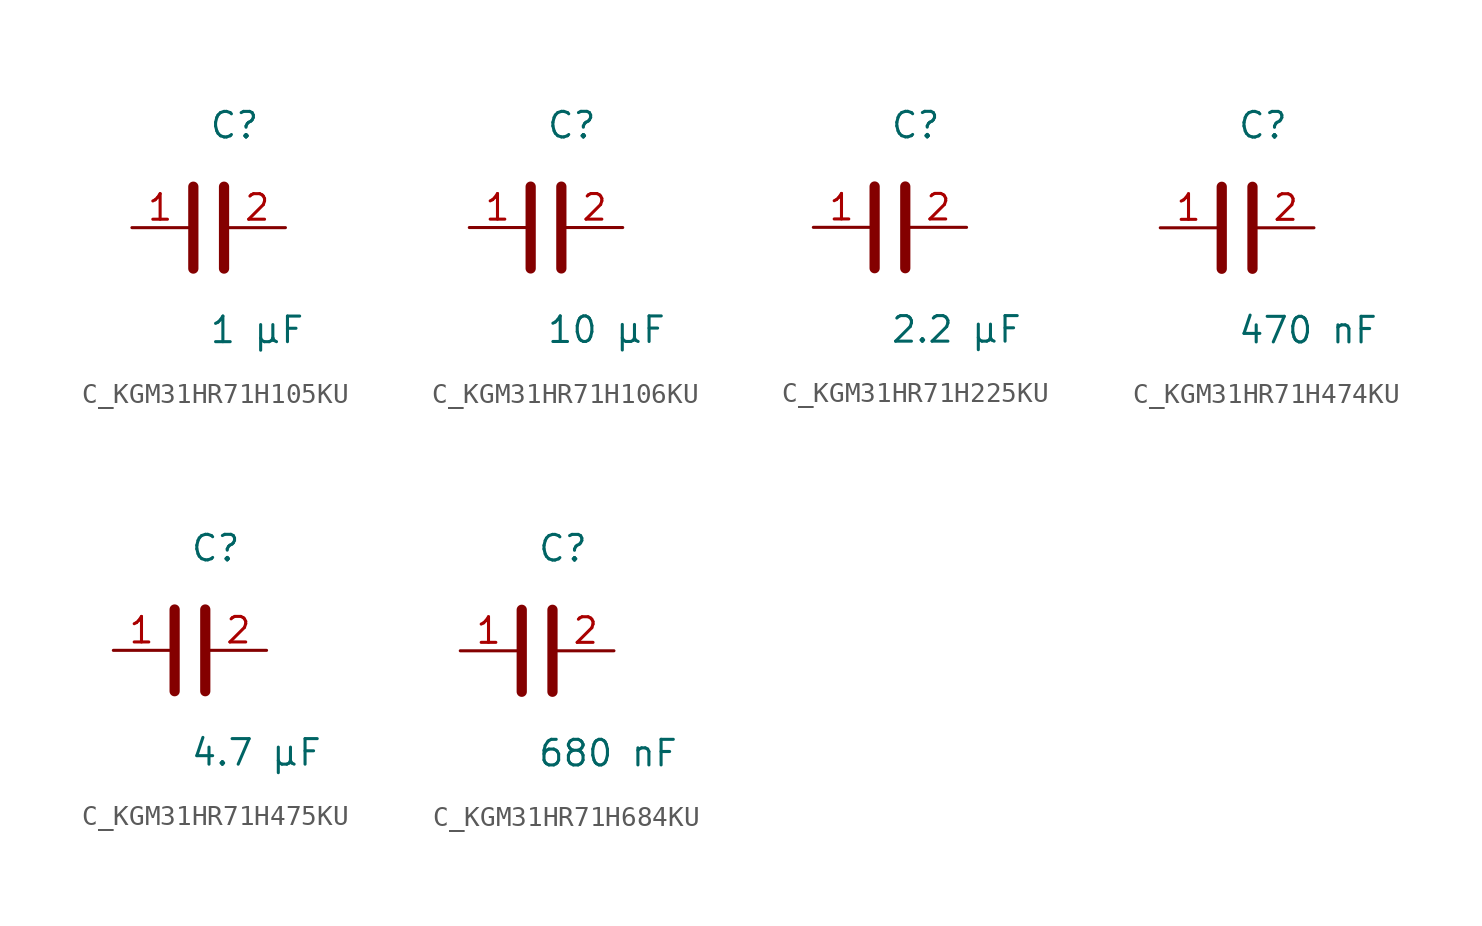
<source format=kicad_sym>
(kicad_symbol_lib
  (version 20231120)
  (generator kicad_symbol_editor)
  (generator_version 8.0)
  (symbol "C_KGM31HR71H105KU"
    (pin_names
      (offset 0.254))
    (property "Reference" "C"
      (at 0 5.08 0)
      (effects (font (size 1.27 1.27)) (justify left)))
    (property "Value" "1 µF"
      (at 0 -5.08 0)
      (effects (font (size 1.27 1.27)) (justify left)))
    (symbol "C_KGM31HR71H105KU_0_1"
      (polyline (pts (xy -0.762 -2.032) (xy -0.762 2.032)) (stroke (width 0.508) (type default)) (fill (type none)))
      (polyline (pts (xy 0.762 -2.032) (xy 0.762 2.032)) (stroke (width 0.508) (type default)) (fill (type none))))
    (pin passive line
      (at -3.81 0 0)
      (length 2.8)
      (name "" (effects (font (size 1.27 1.27))))
      (number "1" (effects (font (size 1.27 1.27)))))
    (pin passive line
      (at 3.81 0 180)
      (length 2.8)
      (name "" (effects (font (size 1.27 1.27))))
      (number "2" (effects (font (size 1.27 1.27))))))
  (symbol "C_KGM31HR71H106KU"
    (pin_names
      (offset 0.254))
    (property "Reference" "C"
      (at 0 5.08 0)
      (effects (font (size 1.27 1.27)) (justify left)))
    (property "Value" "10 µF"
      (at 0 -5.08 0)
      (effects (font (size 1.27 1.27)) (justify left)))
    (symbol "C_KGM31HR71H106KU_0_1"
      (polyline (pts (xy -0.762 -2.032) (xy -0.762 2.032)) (stroke (width 0.508) (type default)) (fill (type none)))
      (polyline (pts (xy 0.762 -2.032) (xy 0.762 2.032)) (stroke (width 0.508) (type default)) (fill (type none))))
    (pin passive line
      (at -3.81 0 0)
      (length 2.8)
      (name "" (effects (font (size 1.27 1.27))))
      (number "1" (effects (font (size 1.27 1.27)))))
    (pin passive line
      (at 3.81 0 180)
      (length 2.8)
      (name "" (effects (font (size 1.27 1.27))))
      (number "2" (effects (font (size 1.27 1.27))))))
  (symbol "C_KGM31HR71H225KU"
    (pin_names
      (offset 0.254))
    (property "Reference" "C"
      (at 0 5.08 0)
      (effects (font (size 1.27 1.27)) (justify left)))
    (property "Value" "2.2 µF"
      (at 0 -5.08 0)
      (effects (font (size 1.27 1.27)) (justify left)))
    (symbol "C_KGM31HR71H225KU_0_1"
      (polyline (pts (xy -0.762 -2.032) (xy -0.762 2.032)) (stroke (width 0.508) (type default)) (fill (type none)))
      (polyline (pts (xy 0.762 -2.032) (xy 0.762 2.032)) (stroke (width 0.508) (type default)) (fill (type none))))
    (pin passive line
      (at -3.81 0 0)
      (length 2.8)
      (name "" (effects (font (size 1.27 1.27))))
      (number "1" (effects (font (size 1.27 1.27)))))
    (pin passive line
      (at 3.81 0 180)
      (length 2.8)
      (name "" (effects (font (size 1.27 1.27))))
      (number "2" (effects (font (size 1.27 1.27))))))
  (symbol "C_KGM31HR71H474KU"
    (pin_names
      (offset 0.254))
    (property "Reference" "C"
      (at 0 5.08 0)
      (effects (font (size 1.27 1.27)) (justify left)))
    (property "Value" "470 nF"
      (at 0 -5.08 0)
      (effects (font (size 1.27 1.27)) (justify left)))
    (symbol "C_KGM31HR71H474KU_0_1"
      (polyline (pts (xy -0.762 -2.032) (xy -0.762 2.032)) (stroke (width 0.508) (type default)) (fill (type none)))
      (polyline (pts (xy 0.762 -2.032) (xy 0.762 2.032)) (stroke (width 0.508) (type default)) (fill (type none))))
    (pin passive line
      (at -3.81 0 0)
      (length 2.8)
      (name "" (effects (font (size 1.27 1.27))))
      (number "1" (effects (font (size 1.27 1.27)))))
    (pin passive line
      (at 3.81 0 180)
      (length 2.8)
      (name "" (effects (font (size 1.27 1.27))))
      (number "2" (effects (font (size 1.27 1.27))))))
  (symbol "C_KGM31HR71H475KU"
    (pin_names
      (offset 0.254))
    (property "Reference" "C"
      (at 0 5.08 0)
      (effects (font (size 1.27 1.27)) (justify left)))
    (property "Value" "4.7 µF"
      (at 0 -5.08 0)
      (effects (font (size 1.27 1.27)) (justify left)))
    (symbol "C_KGM31HR71H475KU_0_1"
      (polyline (pts (xy -0.762 -2.032) (xy -0.762 2.032)) (stroke (width 0.508) (type default)) (fill (type none)))
      (polyline (pts (xy 0.762 -2.032) (xy 0.762 2.032)) (stroke (width 0.508) (type default)) (fill (type none))))
    (pin passive line
      (at -3.81 0 0)
      (length 2.8)
      (name "" (effects (font (size 1.27 1.27))))
      (number "1" (effects (font (size 1.27 1.27)))))
    (pin passive line
      (at 3.81 0 180)
      (length 2.8)
      (name "" (effects (font (size 1.27 1.27))))
      (number "2" (effects (font (size 1.27 1.27))))))
  (symbol "C_KGM31HR71H684KU"
    (pin_names
      (offset 0.254))
    (property "Reference" "C"
      (at 0 5.08 0)
      (effects (font (size 1.27 1.27)) (justify left)))
    (property "Value" "680 nF"
      (at 0 -5.08 0)
      (effects (font (size 1.27 1.27)) (justify left)))
    (symbol "C_KGM31HR71H684KU_0_1"
      (polyline (pts (xy -0.762 -2.032) (xy -0.762 2.032)) (stroke (width 0.508) (type default)) (fill (type none)))
      (polyline (pts (xy 0.762 -2.032) (xy 0.762 2.032)) (stroke (width 0.508) (type default)) (fill (type none))))
    (pin passive line
      (at -3.81 0 0)
      (length 2.8)
      (name "" (effects (font (size 1.27 1.27))))
      (number "1" (effects (font (size 1.27 1.27)))))
    (pin passive line
      (at 3.81 0 180)
      (length 2.8)
      (name "" (effects (font (size 1.27 1.27))))
      (number "2" (effects (font (size 1.27 1.27)))))))
</source>
